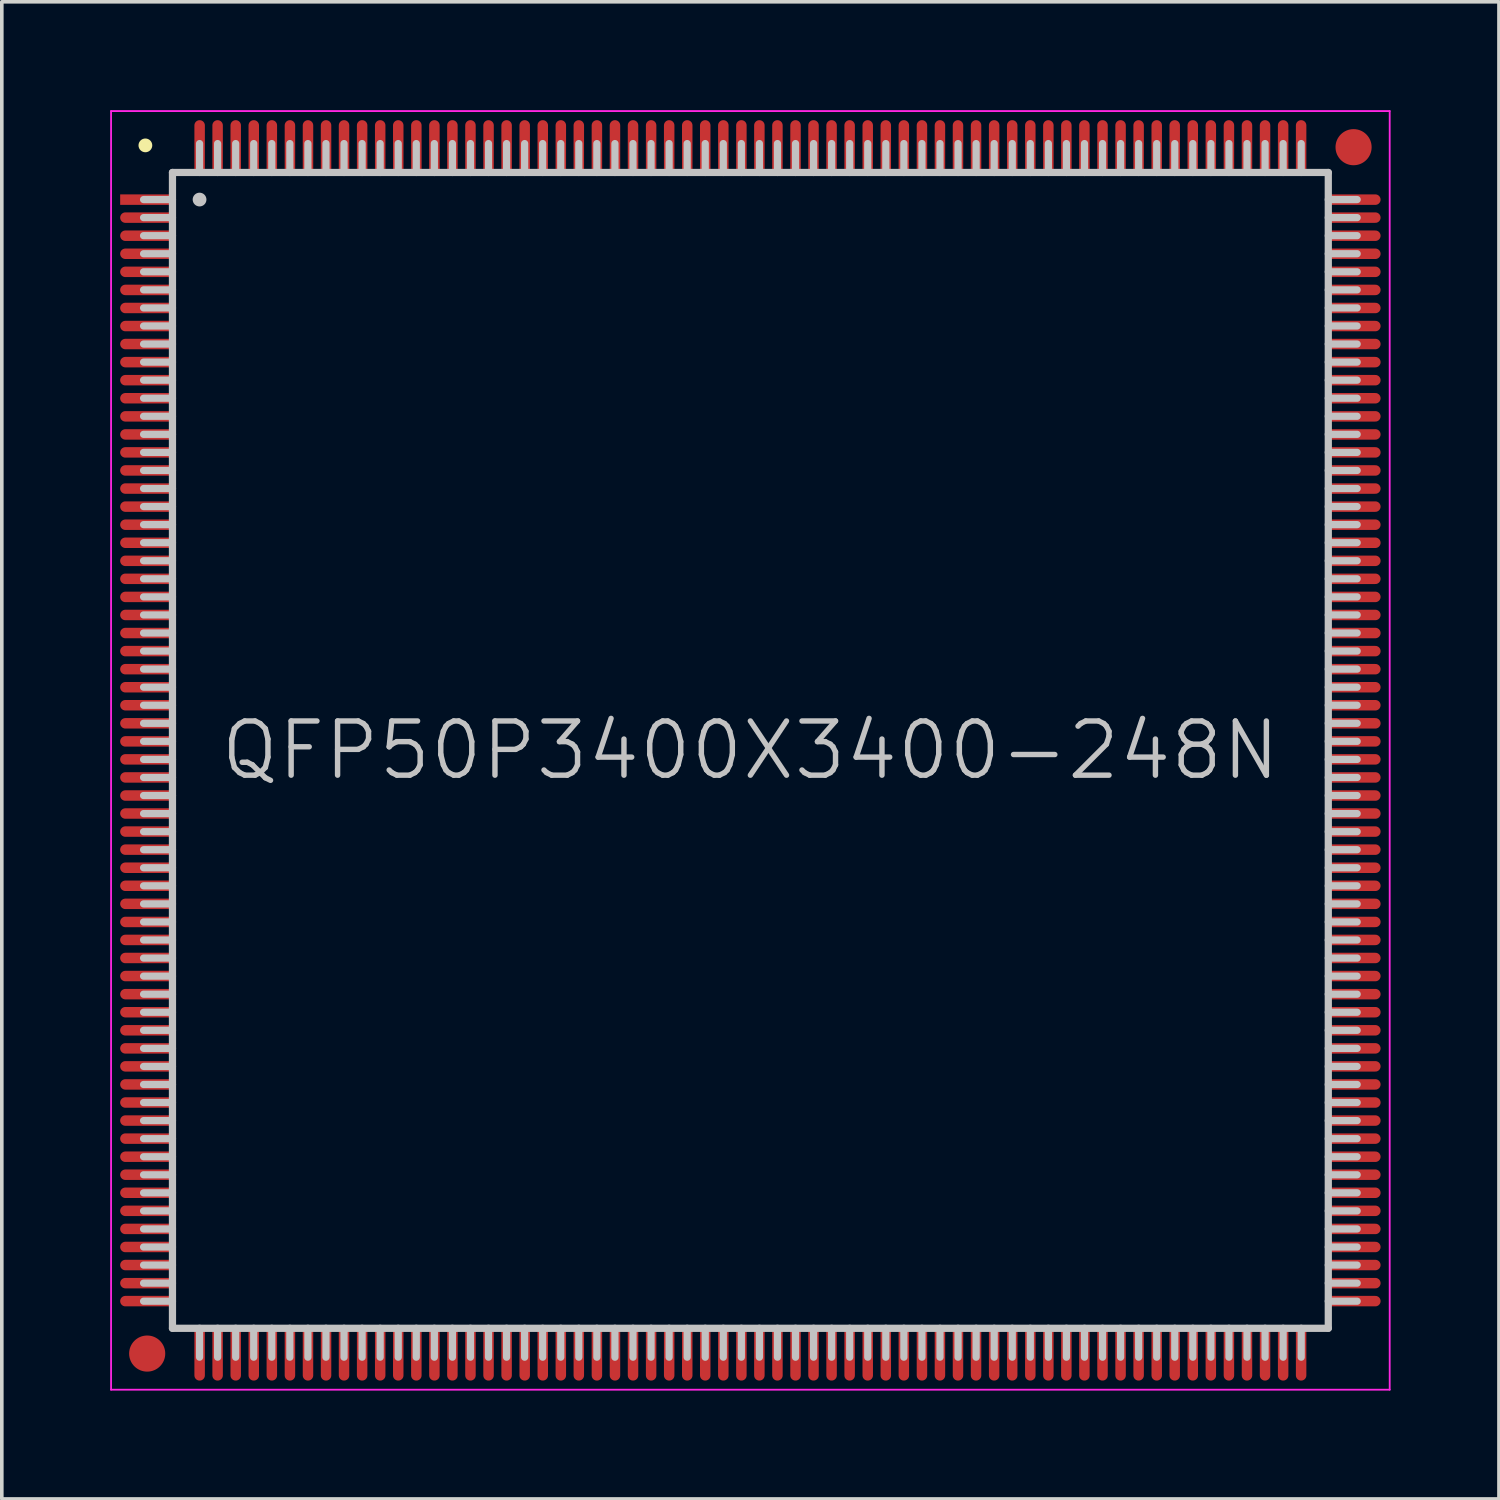
<source format=kicad_pcb>
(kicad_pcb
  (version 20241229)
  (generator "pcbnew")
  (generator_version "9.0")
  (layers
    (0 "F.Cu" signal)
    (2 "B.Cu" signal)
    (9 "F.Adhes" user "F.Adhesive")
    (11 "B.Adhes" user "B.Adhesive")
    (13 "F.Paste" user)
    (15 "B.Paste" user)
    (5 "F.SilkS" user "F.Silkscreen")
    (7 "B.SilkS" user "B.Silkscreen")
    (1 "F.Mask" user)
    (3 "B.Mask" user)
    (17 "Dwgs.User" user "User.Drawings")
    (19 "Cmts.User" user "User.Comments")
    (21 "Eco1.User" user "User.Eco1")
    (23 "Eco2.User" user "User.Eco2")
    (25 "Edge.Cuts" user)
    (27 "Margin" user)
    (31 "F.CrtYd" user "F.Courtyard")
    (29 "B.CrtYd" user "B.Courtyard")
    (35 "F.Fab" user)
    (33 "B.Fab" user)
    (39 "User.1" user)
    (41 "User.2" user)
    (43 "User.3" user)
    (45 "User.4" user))
  (footprint "QFP50P3400X3400-248N"
    (layer "F.Cu")
    (at 17.725 17.725)
    (property "Reference" "QFP50P3400X3400-248N" (at 0 0 0) (layer "Dwgs.User") (effects (font (size 1.5 1.5) (thickness 0.15))))
    (attr smd)
    (fp_line (start -16.75 -16.75) (end -16.75 -16.75) (stroke (width 0.381) (type solid)) (layer "F.SilkS"))
    (fp_line (start -16 -16) (end -16 16) (stroke (width 0.2) (type solid)) (layer "Dwgs.User"))
    (fp_line (start -16 -16) (end 16 -16) (stroke (width 0.2) (type solid)) (layer "Dwgs.User"))
    (fp_line (start -16 -15.25) (end -16.8 -15.25) (stroke (width 0.2) (type solid)) (layer "Dwgs.User"))
    (fp_line (start -16 -14.75) (end -16.8 -14.75) (stroke (width 0.2) (type solid)) (layer "Dwgs.User"))
    (fp_line (start -16 -14.25) (end -16.8 -14.25) (stroke (width 0.2) (type solid)) (layer "Dwgs.User"))
    (fp_line (start -16 -13.75) (end -16.8 -13.75) (stroke (width 0.2) (type solid)) (layer "Dwgs.User"))
    (fp_line (start -16 -13.25) (end -16.8 -13.25) (stroke (width 0.2) (type solid)) (layer "Dwgs.User"))
    (fp_line (start -16 -12.75) (end -16.8 -12.75) (stroke (width 0.2) (type solid)) (layer "Dwgs.User"))
    (fp_line (start -16 -12.25) (end -16.8 -12.25) (stroke (width 0.2) (type solid)) (layer "Dwgs.User"))
    (fp_line (start -16 -11.75) (end -16.8 -11.75) (stroke (width 0.2) (type solid)) (layer "Dwgs.User"))
    (fp_line (start -16 -11.25) (end -16.8 -11.25) (stroke (width 0.2) (type solid)) (layer "Dwgs.User"))
    (fp_line (start -16 -10.75) (end -16.8 -10.75) (stroke (width 0.2) (type solid)) (layer "Dwgs.User"))
    (fp_line (start -16 -10.25) (end -16.8 -10.25) (stroke (width 0.2) (type solid)) (layer "Dwgs.User"))
    (fp_line (start -16 -9.75) (end -16.8 -9.75) (stroke (width 0.2) (type solid)) (layer "Dwgs.User"))
    (fp_line (start -16 -9.25) (end -16.8 -9.25) (stroke (width 0.2) (type solid)) (layer "Dwgs.User"))
    (fp_line (start -16 -8.75) (end -16.8 -8.75) (stroke (width 0.2) (type solid)) (layer "Dwgs.User"))
    (fp_line (start -16 -8.25) (end -16.8 -8.25) (stroke (width 0.2) (type solid)) (layer "Dwgs.User"))
    (fp_line (start -16 -7.75) (end -16.8 -7.75) (stroke (width 0.2) (type solid)) (layer "Dwgs.User"))
    (fp_line (start -16 -7.25) (end -16.8 -7.25) (stroke (width 0.2) (type solid)) (layer "Dwgs.User"))
    (fp_line (start -16 -6.75) (end -16.8 -6.75) (stroke (width 0.2) (type solid)) (layer "Dwgs.User"))
    (fp_line (start -16 -6.25) (end -16.8 -6.25) (stroke (width 0.2) (type solid)) (layer "Dwgs.User"))
    (fp_line (start -16 -5.75) (end -16.8 -5.75) (stroke (width 0.2) (type solid)) (layer "Dwgs.User"))
    (fp_line (start -16 -5.25) (end -16.8 -5.25) (stroke (width 0.2) (type solid)) (layer "Dwgs.User"))
    (fp_line (start -16 -4.75) (end -16.8 -4.75) (stroke (width 0.2) (type solid)) (layer "Dwgs.User"))
    (fp_line (start -16 -4.25) (end -16.8 -4.25) (stroke (width 0.2) (type solid)) (layer "Dwgs.User"))
    (fp_line (start -16 -3.75) (end -16.8 -3.75) (stroke (width 0.2) (type solid)) (layer "Dwgs.User"))
    (fp_line (start -16 -3.25) (end -16.8 -3.25) (stroke (width 0.2) (type solid)) (layer "Dwgs.User"))
    (fp_line (start -16 -2.75) (end -16.8 -2.75) (stroke (width 0.2) (type solid)) (layer "Dwgs.User"))
    (fp_line (start -16 -2.25) (end -16.8 -2.25) (stroke (width 0.2) (type solid)) (layer "Dwgs.User"))
    (fp_line (start -16 -1.75) (end -16.8 -1.75) (stroke (width 0.2) (type solid)) (layer "Dwgs.User"))
    (fp_line (start -16 -1.25) (end -16.8 -1.25) (stroke (width 0.2) (type solid)) (layer "Dwgs.User"))
    (fp_line (start -16 -0.75) (end -16.8 -0.75) (stroke (width 0.2) (type solid)) (layer "Dwgs.User"))
    (fp_line (start -16 -0.25) (end -16.8 -0.25) (stroke (width 0.2) (type solid)) (layer "Dwgs.User"))
    (fp_line (start -16 0.25) (end -16.8 0.25) (stroke (width 0.2) (type solid)) (layer "Dwgs.User"))
    (fp_line (start -16 0.75) (end -16.8 0.75) (stroke (width 0.2) (type solid)) (layer "Dwgs.User"))
    (fp_line (start -16 1.25) (end -16.8 1.25) (stroke (width 0.2) (type solid)) (layer "Dwgs.User"))
    (fp_line (start -16 1.75) (end -16.8 1.75) (stroke (width 0.2) (type solid)) (layer "Dwgs.User"))
    (fp_line (start -16 2.25) (end -16.8 2.25) (stroke (width 0.2) (type solid)) (layer "Dwgs.User"))
    (fp_line (start -16 2.75) (end -16.8 2.75) (stroke (width 0.2) (type solid)) (layer "Dwgs.User"))
    (fp_line (start -16 3.25) (end -16.8 3.25) (stroke (width 0.2) (type solid)) (layer "Dwgs.User"))
    (fp_line (start -16 3.75) (end -16.8 3.75) (stroke (width 0.2) (type solid)) (layer "Dwgs.User"))
    (fp_line (start -16 4.25) (end -16.8 4.25) (stroke (width 0.2) (type solid)) (layer "Dwgs.User"))
    (fp_line (start -16 4.75) (end -16.8 4.75) (stroke (width 0.2) (type solid)) (layer "Dwgs.User"))
    (fp_line (start -16 5.25) (end -16.8 5.25) (stroke (width 0.2) (type solid)) (layer "Dwgs.User"))
    (fp_line (start -16 5.75) (end -16.8 5.75) (stroke (width 0.2) (type solid)) (layer "Dwgs.User"))
    (fp_line (start -16 6.25) (end -16.8 6.25) (stroke (width 0.2) (type solid)) (layer "Dwgs.User"))
    (fp_line (start -16 6.75) (end -16.8 6.75) (stroke (width 0.2) (type solid)) (layer "Dwgs.User"))
    (fp_line (start -16 7.25) (end -16.8 7.25) (stroke (width 0.2) (type solid)) (layer "Dwgs.User"))
    (fp_line (start -16 7.75) (end -16.8 7.75) (stroke (width 0.2) (type solid)) (layer "Dwgs.User"))
    (fp_line (start -16 8.25) (end -16.8 8.25) (stroke (width 0.2) (type solid)) (layer "Dwgs.User"))
    (fp_line (start -16 8.75) (end -16.8 8.75) (stroke (width 0.2) (type solid)) (layer "Dwgs.User"))
    (fp_line (start -16 9.25) (end -16.8 9.25) (stroke (width 0.2) (type solid)) (layer "Dwgs.User"))
    (fp_line (start -16 9.75) (end -16.8 9.75) (stroke (width 0.2) (type solid)) (layer "Dwgs.User"))
    (fp_line (start -16 10.25) (end -16.8 10.25) (stroke (width 0.2) (type solid)) (layer "Dwgs.User"))
    (fp_line (start -16 10.75) (end -16.8 10.75) (stroke (width 0.2) (type solid)) (layer "Dwgs.User"))
    (fp_line (start -16 11.25) (end -16.8 11.25) (stroke (width 0.2) (type solid)) (layer "Dwgs.User"))
    (fp_line (start -16 11.75) (end -16.8 11.75) (stroke (width 0.2) (type solid)) (layer "Dwgs.User"))
    (fp_line (start -16 12.25) (end -16.8 12.25) (stroke (width 0.2) (type solid)) (layer "Dwgs.User"))
    (fp_line (start -16 12.75) (end -16.8 12.75) (stroke (width 0.2) (type solid)) (layer "Dwgs.User"))
    (fp_line (start -16 13.25) (end -16.8 13.25) (stroke (width 0.2) (type solid)) (layer "Dwgs.User"))
    (fp_line (start -16 13.75) (end -16.8 13.75) (stroke (width 0.2) (type solid)) (layer "Dwgs.User"))
    (fp_line (start -16 14.25) (end -16.8 14.25) (stroke (width 0.2) (type solid)) (layer "Dwgs.User"))
    (fp_line (start -16 14.75) (end -16.8 14.75) (stroke (width 0.2) (type solid)) (layer "Dwgs.User"))
    (fp_line (start -16 15.25) (end -16.8 15.25) (stroke (width 0.2) (type solid)) (layer "Dwgs.User"))
    (fp_line (start -16 16) (end 16 16) (stroke (width 0.2) (type solid)) (layer "Dwgs.User"))
    (fp_line (start -15.25 -16) (end -15.25 -16.8) (stroke (width 0.2) (type solid)) (layer "Dwgs.User"))
    (fp_line (start -15.25 -15.25) (end -15.25 -15.25) (stroke (width 0.381) (type solid)) (layer "Dwgs.User"))
    (fp_line (start -15.25 16.8) (end -15.25 16) (stroke (width 0.2) (type solid)) (layer "Dwgs.User"))
    (fp_line (start -14.75 -16) (end -14.75 -16.8) (stroke (width 0.2) (type solid)) (layer "Dwgs.User"))
    (fp_line (start -14.75 16.8) (end -14.75 16) (stroke (width 0.2) (type solid)) (layer "Dwgs.User"))
    (fp_line (start -14.25 -16) (end -14.25 -16.8) (stroke (width 0.2) (type solid)) (layer "Dwgs.User"))
    (fp_line (start -14.25 16.8) (end -14.25 16) (stroke (width 0.2) (type solid)) (layer "Dwgs.User"))
    (fp_line (start -13.75 -16) (end -13.75 -16.8) (stroke (width 0.2) (type solid)) (layer "Dwgs.User"))
    (fp_line (start -13.75 16.8) (end -13.75 16) (stroke (width 0.2) (type solid)) (layer "Dwgs.User"))
    (fp_line (start -13.25 -16) (end -13.25 -16.8) (stroke (width 0.2) (type solid)) (layer "Dwgs.User"))
    (fp_line (start -13.25 16.8) (end -13.25 16) (stroke (width 0.2) (type solid)) (layer "Dwgs.User"))
    (fp_line (start -12.75 -16) (end -12.75 -16.8) (stroke (width 0.2) (type solid)) (layer "Dwgs.User"))
    (fp_line (start -12.75 16.8) (end -12.75 16) (stroke (width 0.2) (type solid)) (layer "Dwgs.User"))
    (fp_line (start -12.25 -16) (end -12.25 -16.8) (stroke (width 0.2) (type solid)) (layer "Dwgs.User"))
    (fp_line (start -12.25 16.8) (end -12.25 16) (stroke (width 0.2) (type solid)) (layer "Dwgs.User"))
    (fp_line (start -11.75 -16) (end -11.75 -16.8) (stroke (width 0.2) (type solid)) (layer "Dwgs.User"))
    (fp_line (start -11.75 16.8) (end -11.75 16) (stroke (width 0.2) (type solid)) (layer "Dwgs.User"))
    (fp_line (start -11.25 -16) (end -11.25 -16.8) (stroke (width 0.2) (type solid)) (layer "Dwgs.User"))
    (fp_line (start -11.25 16.8) (end -11.25 16) (stroke (width 0.2) (type solid)) (layer "Dwgs.User"))
    (fp_line (start -10.75 -16) (end -10.75 -16.8) (stroke (width 0.2) (type solid)) (layer "Dwgs.User"))
    (fp_line (start -10.75 16.8) (end -10.75 16) (stroke (width 0.2) (type solid)) (layer "Dwgs.User"))
    (fp_line (start -10.25 -16) (end -10.25 -16.8) (stroke (width 0.2) (type solid)) (layer "Dwgs.User"))
    (fp_line (start -10.25 16.8) (end -10.25 16) (stroke (width 0.2) (type solid)) (layer "Dwgs.User"))
    (fp_line (start -9.75 -16) (end -9.75 -16.8) (stroke (width 0.2) (type solid)) (layer "Dwgs.User"))
    (fp_line (start -9.75 16.8) (end -9.75 16) (stroke (width 0.2) (type solid)) (layer "Dwgs.User"))
    (fp_line (start -9.25 -16) (end -9.25 -16.8) (stroke (width 0.2) (type solid)) (layer "Dwgs.User"))
    (fp_line (start -9.25 16.8) (end -9.25 16) (stroke (width 0.2) (type solid)) (layer "Dwgs.User"))
    (fp_line (start -8.75 -16) (end -8.75 -16.8) (stroke (width 0.2) (type solid)) (layer "Dwgs.User"))
    (fp_line (start -8.75 16.8) (end -8.75 16) (stroke (width 0.2) (type solid)) (layer "Dwgs.User"))
    (fp_line (start -8.25 -16) (end -8.25 -16.8) (stroke (width 0.2) (type solid)) (layer "Dwgs.User"))
    (fp_line (start -8.25 16.8) (end -8.25 16) (stroke (width 0.2) (type solid)) (layer "Dwgs.User"))
    (fp_line (start -7.75 -16) (end -7.75 -16.8) (stroke (width 0.2) (type solid)) (layer "Dwgs.User"))
    (fp_line (start -7.75 16.8) (end -7.75 16) (stroke (width 0.2) (type solid)) (layer "Dwgs.User"))
    (fp_line (start -7.25 -16) (end -7.25 -16.8) (stroke (width 0.2) (type solid)) (layer "Dwgs.User"))
    (fp_line (start -7.25 16.8) (end -7.25 16) (stroke (width 0.2) (type solid)) (layer "Dwgs.User"))
    (fp_line (start -6.75 -16) (end -6.75 -16.8) (stroke (width 0.2) (type solid)) (layer "Dwgs.User"))
    (fp_line (start -6.75 16.8) (end -6.75 16) (stroke (width 0.2) (type solid)) (layer "Dwgs.User"))
    (fp_line (start -6.25 -16) (end -6.25 -16.8) (stroke (width 0.2) (type solid)) (layer "Dwgs.User"))
    (fp_line (start -6.25 16.8) (end -6.25 16) (stroke (width 0.2) (type solid)) (layer "Dwgs.User"))
    (fp_line (start -5.75 -16) (end -5.75 -16.8) (stroke (width 0.2) (type solid)) (layer "Dwgs.User"))
    (fp_line (start -5.75 16.8) (end -5.75 16) (stroke (width 0.2) (type solid)) (layer "Dwgs.User"))
    (fp_line (start -5.25 -16) (end -5.25 -16.8) (stroke (width 0.2) (type solid)) (layer "Dwgs.User"))
    (fp_line (start -5.25 16.8) (end -5.25 16) (stroke (width 0.2) (type solid)) (layer "Dwgs.User"))
    (fp_line (start -4.75 -16) (end -4.75 -16.8) (stroke (width 0.2) (type solid)) (layer "Dwgs.User"))
    (fp_line (start -4.75 16.8) (end -4.75 16) (stroke (width 0.2) (type solid)) (layer "Dwgs.User"))
    (fp_line (start -4.25 -16) (end -4.25 -16.8) (stroke (width 0.2) (type solid)) (layer "Dwgs.User"))
    (fp_line (start -4.25 16.8) (end -4.25 16) (stroke (width 0.2) (type solid)) (layer "Dwgs.User"))
    (fp_line (start -3.75 -16) (end -3.75 -16.8) (stroke (width 0.2) (type solid)) (layer "Dwgs.User"))
    (fp_line (start -3.75 16.8) (end -3.75 16) (stroke (width 0.2) (type solid)) (layer "Dwgs.User"))
    (fp_line (start -3.25 -16) (end -3.25 -16.8) (stroke (width 0.2) (type solid)) (layer "Dwgs.User"))
    (fp_line (start -3.25 16.8) (end -3.25 16) (stroke (width 0.2) (type solid)) (layer "Dwgs.User"))
    (fp_line (start -2.75 -16) (end -2.75 -16.8) (stroke (width 0.2) (type solid)) (layer "Dwgs.User"))
    (fp_line (start -2.75 16.8) (end -2.75 16) (stroke (width 0.2) (type solid)) (layer "Dwgs.User"))
    (fp_line (start -2.25 -16) (end -2.25 -16.8) (stroke (width 0.2) (type solid)) (layer "Dwgs.User"))
    (fp_line (start -2.25 16.8) (end -2.25 16) (stroke (width 0.2) (type solid)) (layer "Dwgs.User"))
    (fp_line (start -1.75 -16) (end -1.75 -16.8) (stroke (width 0.2) (type solid)) (layer "Dwgs.User"))
    (fp_line (start -1.75 16.8) (end -1.75 16) (stroke (width 0.2) (type solid)) (layer "Dwgs.User"))
    (fp_line (start -1.25 -16) (end -1.25 -16.8) (stroke (width 0.2) (type solid)) (layer "Dwgs.User"))
    (fp_line (start -1.25 16.8) (end -1.25 16) (stroke (width 0.2) (type solid)) (layer "Dwgs.User"))
    (fp_line (start -0.75 -16) (end -0.75 -16.8) (stroke (width 0.2) (type solid)) (layer "Dwgs.User"))
    (fp_line (start -0.75 16.8) (end -0.75 16) (stroke (width 0.2) (type solid)) (layer "Dwgs.User"))
    (fp_line (start -0.25 -16) (end -0.25 -16.8) (stroke (width 0.2) (type solid)) (layer "Dwgs.User"))
    (fp_line (start -0.25 16.8) (end -0.25 16) (stroke (width 0.2) (type solid)) (layer "Dwgs.User"))
    (fp_line (start 0.25 -16) (end 0.25 -16.8) (stroke (width 0.2) (type solid)) (layer "Dwgs.User"))
    (fp_line (start 0.25 16.8) (end 0.25 16) (stroke (width 0.2) (type solid)) (layer "Dwgs.User"))
    (fp_line (start 0.75 -16) (end 0.75 -16.8) (stroke (width 0.2) (type solid)) (layer "Dwgs.User"))
    (fp_line (start 0.75 16.8) (end 0.75 16) (stroke (width 0.2) (type solid)) (layer "Dwgs.User"))
    (fp_line (start 1.25 -16) (end 1.25 -16.8) (stroke (width 0.2) (type solid)) (layer "Dwgs.User"))
    (fp_line (start 1.25 16.8) (end 1.25 16) (stroke (width 0.2) (type solid)) (layer "Dwgs.User"))
    (fp_line (start 1.75 -16) (end 1.75 -16.8) (stroke (width 0.2) (type solid)) (layer "Dwgs.User"))
    (fp_line (start 1.75 16.8) (end 1.75 16) (stroke (width 0.2) (type solid)) (layer "Dwgs.User"))
    (fp_line (start 2.25 -16) (end 2.25 -16.8) (stroke (width 0.2) (type solid)) (layer "Dwgs.User"))
    (fp_line (start 2.25 16.8) (end 2.25 16) (stroke (width 0.2) (type solid)) (layer "Dwgs.User"))
    (fp_line (start 2.75 -16) (end 2.75 -16.8) (stroke (width 0.2) (type solid)) (layer "Dwgs.User"))
    (fp_line (start 2.75 16.8) (end 2.75 16) (stroke (width 0.2) (type solid)) (layer "Dwgs.User"))
    (fp_line (start 3.25 -16) (end 3.25 -16.8) (stroke (width 0.2) (type solid)) (layer "Dwgs.User"))
    (fp_line (start 3.25 16.8) (end 3.25 16) (stroke (width 0.2) (type solid)) (layer "Dwgs.User"))
    (fp_line (start 3.75 -16) (end 3.75 -16.8) (stroke (width 0.2) (type solid)) (layer "Dwgs.User"))
    (fp_line (start 3.75 16.8) (end 3.75 16) (stroke (width 0.2) (type solid)) (layer "Dwgs.User"))
    (fp_line (start 4.25 -16) (end 4.25 -16.8) (stroke (width 0.2) (type solid)) (layer "Dwgs.User"))
    (fp_line (start 4.25 16.8) (end 4.25 16) (stroke (width 0.2) (type solid)) (layer "Dwgs.User"))
    (fp_line (start 4.75 -16) (end 4.75 -16.8) (stroke (width 0.2) (type solid)) (layer "Dwgs.User"))
    (fp_line (start 4.75 16.8) (end 4.75 16) (stroke (width 0.2) (type solid)) (layer "Dwgs.User"))
    (fp_line (start 5.25 -16) (end 5.25 -16.8) (stroke (width 0.2) (type solid)) (layer "Dwgs.User"))
    (fp_line (start 5.25 16.8) (end 5.25 16) (stroke (width 0.2) (type solid)) (layer "Dwgs.User"))
    (fp_line (start 5.75 -16) (end 5.75 -16.8) (stroke (width 0.2) (type solid)) (layer "Dwgs.User"))
    (fp_line (start 5.75 16.8) (end 5.75 16) (stroke (width 0.2) (type solid)) (layer "Dwgs.User"))
    (fp_line (start 6.25 -16) (end 6.25 -16.8) (stroke (width 0.2) (type solid)) (layer "Dwgs.User"))
    (fp_line (start 6.25 16.8) (end 6.25 16) (stroke (width 0.2) (type solid)) (layer "Dwgs.User"))
    (fp_line (start 6.75 -16) (end 6.75 -16.8) (stroke (width 0.2) (type solid)) (layer "Dwgs.User"))
    (fp_line (start 6.75 16.8) (end 6.75 16) (stroke (width 0.2) (type solid)) (layer "Dwgs.User"))
    (fp_line (start 7.25 -16) (end 7.25 -16.8) (stroke (width 0.2) (type solid)) (layer "Dwgs.User"))
    (fp_line (start 7.25 16.8) (end 7.25 16) (stroke (width 0.2) (type solid)) (layer "Dwgs.User"))
    (fp_line (start 7.75 -16) (end 7.75 -16.8) (stroke (width 0.2) (type solid)) (layer "Dwgs.User"))
    (fp_line (start 7.75 16.8) (end 7.75 16) (stroke (width 0.2) (type solid)) (layer "Dwgs.User"))
    (fp_line (start 8.25 -16) (end 8.25 -16.8) (stroke (width 0.2) (type solid)) (layer "Dwgs.User"))
    (fp_line (start 8.25 16.8) (end 8.25 16) (stroke (width 0.2) (type solid)) (layer "Dwgs.User"))
    (fp_line (start 8.75 -16) (end 8.75 -16.8) (stroke (width 0.2) (type solid)) (layer "Dwgs.User"))
    (fp_line (start 8.75 16.8) (end 8.75 16) (stroke (width 0.2) (type solid)) (layer "Dwgs.User"))
    (fp_line (start 9.25 -16) (end 9.25 -16.8) (stroke (width 0.2) (type solid)) (layer "Dwgs.User"))
    (fp_line (start 9.25 16.8) (end 9.25 16) (stroke (width 0.2) (type solid)) (layer "Dwgs.User"))
    (fp_line (start 9.75 -16) (end 9.75 -16.8) (stroke (width 0.2) (type solid)) (layer "Dwgs.User"))
    (fp_line (start 9.75 16.8) (end 9.75 16) (stroke (width 0.2) (type solid)) (layer "Dwgs.User"))
    (fp_line (start 10.25 -16) (end 10.25 -16.8) (stroke (width 0.2) (type solid)) (layer "Dwgs.User"))
    (fp_line (start 10.25 16.8) (end 10.25 16) (stroke (width 0.2) (type solid)) (layer "Dwgs.User"))
    (fp_line (start 10.75 -16) (end 10.75 -16.8) (stroke (width 0.2) (type solid)) (layer "Dwgs.User"))
    (fp_line (start 10.75 16.8) (end 10.75 16) (stroke (width 0.2) (type solid)) (layer "Dwgs.User"))
    (fp_line (start 11.25 -16) (end 11.25 -16.8) (stroke (width 0.2) (type solid)) (layer "Dwgs.User"))
    (fp_line (start 11.25 16.8) (end 11.25 16) (stroke (width 0.2) (type solid)) (layer "Dwgs.User"))
    (fp_line (start 11.75 -16) (end 11.75 -16.8) (stroke (width 0.2) (type solid)) (layer "Dwgs.User"))
    (fp_line (start 11.75 16.8) (end 11.75 16) (stroke (width 0.2) (type solid)) (layer "Dwgs.User"))
    (fp_line (start 12.25 -16) (end 12.25 -16.8) (stroke (width 0.2) (type solid)) (layer "Dwgs.User"))
    (fp_line (start 12.25 16.8) (end 12.25 16) (stroke (width 0.2) (type solid)) (layer "Dwgs.User"))
    (fp_line (start 12.75 -16) (end 12.75 -16.8) (stroke (width 0.2) (type solid)) (layer "Dwgs.User"))
    (fp_line (start 12.75 16.8) (end 12.75 16) (stroke (width 0.2) (type solid)) (layer "Dwgs.User"))
    (fp_line (start 13.25 -16) (end 13.25 -16.8) (stroke (width 0.2) (type solid)) (layer "Dwgs.User"))
    (fp_line (start 13.25 16.8) (end 13.25 16) (stroke (width 0.2) (type solid)) (layer "Dwgs.User"))
    (fp_line (start 13.75 -16) (end 13.75 -16.8) (stroke (width 0.2) (type solid)) (layer "Dwgs.User"))
    (fp_line (start 13.75 16.8) (end 13.75 16) (stroke (width 0.2) (type solid)) (layer "Dwgs.User"))
    (fp_line (start 14.25 -16) (end 14.25 -16.8) (stroke (width 0.2) (type solid)) (layer "Dwgs.User"))
    (fp_line (start 14.25 16.8) (end 14.25 16) (stroke (width 0.2) (type solid)) (layer "Dwgs.User"))
    (fp_line (start 14.75 -16) (end 14.75 -16.8) (stroke (width 0.2) (type solid)) (layer "Dwgs.User"))
    (fp_line (start 14.75 16.8) (end 14.75 16) (stroke (width 0.2) (type solid)) (layer "Dwgs.User"))
    (fp_line (start 15.25 -16) (end 15.25 -16.8) (stroke (width 0.2) (type solid)) (layer "Dwgs.User"))
    (fp_line (start 15.25 16.8) (end 15.25 16) (stroke (width 0.2) (type solid)) (layer "Dwgs.User"))
    (fp_line (start 16 -16) (end 16 16) (stroke (width 0.2) (type solid)) (layer "Dwgs.User"))
    (fp_line (start 16.8 -15.25) (end 16 -15.25) (stroke (width 0.2) (type solid)) (layer "Dwgs.User"))
    (fp_line (start 16.8 -14.75) (end 16 -14.75) (stroke (width 0.2) (type solid)) (layer "Dwgs.User"))
    (fp_line (start 16.8 -14.25) (end 16 -14.25) (stroke (width 0.2) (type solid)) (layer "Dwgs.User"))
    (fp_line (start 16.8 -13.75) (end 16 -13.75) (stroke (width 0.2) (type solid)) (layer "Dwgs.User"))
    (fp_line (start 16.8 -13.25) (end 16 -13.25) (stroke (width 0.2) (type solid)) (layer "Dwgs.User"))
    (fp_line (start 16.8 -12.75) (end 16 -12.75) (stroke (width 0.2) (type solid)) (layer "Dwgs.User"))
    (fp_line (start 16.8 -12.25) (end 16 -12.25) (stroke (width 0.2) (type solid)) (layer "Dwgs.User"))
    (fp_line (start 16.8 -11.75) (end 16 -11.75) (stroke (width 0.2) (type solid)) (layer "Dwgs.User"))
    (fp_line (start 16.8 -11.25) (end 16 -11.25) (stroke (width 0.2) (type solid)) (layer "Dwgs.User"))
    (fp_line (start 16.8 -10.75) (end 16 -10.75) (stroke (width 0.2) (type solid)) (layer "Dwgs.User"))
    (fp_line (start 16.8 -10.25) (end 16 -10.25) (stroke (width 0.2) (type solid)) (layer "Dwgs.User"))
    (fp_line (start 16.8 -9.75) (end 16 -9.75) (stroke (width 0.2) (type solid)) (layer "Dwgs.User"))
    (fp_line (start 16.8 -9.25) (end 16 -9.25) (stroke (width 0.2) (type solid)) (layer "Dwgs.User"))
    (fp_line (start 16.8 -8.75) (end 16 -8.75) (stroke (width 0.2) (type solid)) (layer "Dwgs.User"))
    (fp_line (start 16.8 -8.25) (end 16 -8.25) (stroke (width 0.2) (type solid)) (layer "Dwgs.User"))
    (fp_line (start 16.8 -7.75) (end 16 -7.75) (stroke (width 0.2) (type solid)) (layer "Dwgs.User"))
    (fp_line (start 16.8 -7.25) (end 16 -7.25) (stroke (width 0.2) (type solid)) (layer "Dwgs.User"))
    (fp_line (start 16.8 -6.75) (end 16 -6.75) (stroke (width 0.2) (type solid)) (layer "Dwgs.User"))
    (fp_line (start 16.8 -6.25) (end 16 -6.25) (stroke (width 0.2) (type solid)) (layer "Dwgs.User"))
    (fp_line (start 16.8 -5.75) (end 16 -5.75) (stroke (width 0.2) (type solid)) (layer "Dwgs.User"))
    (fp_line (start 16.8 -5.25) (end 16 -5.25) (stroke (width 0.2) (type solid)) (layer "Dwgs.User"))
    (fp_line (start 16.8 -4.75) (end 16 -4.75) (stroke (width 0.2) (type solid)) (layer "Dwgs.User"))
    (fp_line (start 16.8 -4.25) (end 16 -4.25) (stroke (width 0.2) (type solid)) (layer "Dwgs.User"))
    (fp_line (start 16.8 -3.75) (end 16 -3.75) (stroke (width 0.2) (type solid)) (layer "Dwgs.User"))
    (fp_line (start 16.8 -3.25) (end 16 -3.25) (stroke (width 0.2) (type solid)) (layer "Dwgs.User"))
    (fp_line (start 16.8 -2.75) (end 16 -2.75) (stroke (width 0.2) (type solid)) (layer "Dwgs.User"))
    (fp_line (start 16.8 -2.25) (end 16 -2.25) (stroke (width 0.2) (type solid)) (layer "Dwgs.User"))
    (fp_line (start 16.8 -1.75) (end 16 -1.75) (stroke (width 0.2) (type solid)) (layer "Dwgs.User"))
    (fp_line (start 16.8 -1.25) (end 16 -1.25) (stroke (width 0.2) (type solid)) (layer "Dwgs.User"))
    (fp_line (start 16.8 -0.75) (end 16 -0.75) (stroke (width 0.2) (type solid)) (layer "Dwgs.User"))
    (fp_line (start 16.8 -0.25) (end 16 -0.25) (stroke (width 0.2) (type solid)) (layer "Dwgs.User"))
    (fp_line (start 16.8 0.25) (end 16 0.25) (stroke (width 0.2) (type solid)) (layer "Dwgs.User"))
    (fp_line (start 16.8 0.75) (end 16 0.75) (stroke (width 0.2) (type solid)) (layer "Dwgs.User"))
    (fp_line (start 16.8 1.25) (end 16 1.25) (stroke (width 0.2) (type solid)) (layer "Dwgs.User"))
    (fp_line (start 16.8 1.75) (end 16 1.75) (stroke (width 0.2) (type solid)) (layer "Dwgs.User"))
    (fp_line (start 16.8 2.25) (end 16 2.25) (stroke (width 0.2) (type solid)) (layer "Dwgs.User"))
    (fp_line (start 16.8 2.75) (end 16 2.75) (stroke (width 0.2) (type solid)) (layer "Dwgs.User"))
    (fp_line (start 16.8 3.25) (end 16 3.25) (stroke (width 0.2) (type solid)) (layer "Dwgs.User"))
    (fp_line (start 16.8 3.75) (end 16 3.75) (stroke (width 0.2) (type solid)) (layer "Dwgs.User"))
    (fp_line (start 16.8 4.25) (end 16 4.25) (stroke (width 0.2) (type solid)) (layer "Dwgs.User"))
    (fp_line (start 16.8 4.75) (end 16 4.75) (stroke (width 0.2) (type solid)) (layer "Dwgs.User"))
    (fp_line (start 16.8 5.25) (end 16 5.25) (stroke (width 0.2) (type solid)) (layer "Dwgs.User"))
    (fp_line (start 16.8 5.75) (end 16 5.75) (stroke (width 0.2) (type solid)) (layer "Dwgs.User"))
    (fp_line (start 16.8 6.25) (end 16 6.25) (stroke (width 0.2) (type solid)) (layer "Dwgs.User"))
    (fp_line (start 16.8 6.75) (end 16 6.75) (stroke (width 0.2) (type solid)) (layer "Dwgs.User"))
    (fp_line (start 16.8 7.25) (end 16 7.25) (stroke (width 0.2) (type solid)) (layer "Dwgs.User"))
    (fp_line (start 16.8 7.75) (end 16 7.75) (stroke (width 0.2) (type solid)) (layer "Dwgs.User"))
    (fp_line (start 16.8 8.25) (end 16 8.25) (stroke (width 0.2) (type solid)) (layer "Dwgs.User"))
    (fp_line (start 16.8 8.75) (end 16 8.75) (stroke (width 0.2) (type solid)) (layer "Dwgs.User"))
    (fp_line (start 16.8 9.25) (end 16 9.25) (stroke (width 0.2) (type solid)) (layer "Dwgs.User"))
    (fp_line (start 16.8 9.75) (end 16 9.75) (stroke (width 0.2) (type solid)) (layer "Dwgs.User"))
    (fp_line (start 16.8 10.25) (end 16 10.25) (stroke (width 0.2) (type solid)) (layer "Dwgs.User"))
    (fp_line (start 16.8 10.75) (end 16 10.75) (stroke (width 0.2) (type solid)) (layer "Dwgs.User"))
    (fp_line (start 16.8 11.25) (end 16 11.25) (stroke (width 0.2) (type solid)) (layer "Dwgs.User"))
    (fp_line (start 16.8 11.75) (end 16 11.75) (stroke (width 0.2) (type solid)) (layer "Dwgs.User"))
    (fp_line (start 16.8 12.25) (end 16 12.25) (stroke (width 0.2) (type solid)) (layer "Dwgs.User"))
    (fp_line (start 16.8 12.75) (end 16 12.75) (stroke (width 0.2) (type solid)) (layer "Dwgs.User"))
    (fp_line (start 16.8 13.25) (end 16 13.25) (stroke (width 0.2) (type solid)) (layer "Dwgs.User"))
    (fp_line (start 16.8 13.75) (end 16 13.75) (stroke (width 0.2) (type solid)) (layer "Dwgs.User"))
    (fp_line (start 16.8 14.25) (end 16 14.25) (stroke (width 0.2) (type solid)) (layer "Dwgs.User"))
    (fp_line (start 16.8 14.75) (end 16 14.75) (stroke (width 0.2) (type solid)) (layer "Dwgs.User"))
    (fp_line (start 16.8 15.25) (end 16 15.25) (stroke (width 0.2) (type solid)) (layer "Dwgs.User"))
    (fp_line (start -17.7 -17.7) (end -17.7 17.7) (stroke (width 0.05) (type solid)) (layer "F.CrtYd"))
    (fp_line (start -17.7 -17.7) (end 17.7 -17.7) (stroke (width 0.05) (type solid)) (layer "F.CrtYd"))
    (fp_line (start -17.7 17.7) (end 17.7 17.7) (stroke (width 0.05) (type solid)) (layer "F.CrtYd"))
    (fp_line (start 17.7 -17.7) (end 17.7 17.7) (stroke (width 0.05) (type solid)) (layer "F.CrtYd"))
    (pad "" smd circle (at -16.7 16.7) (size 1 1) (layers "F.Cu" "F.Mask"))
    (pad "" smd circle (at 16.7 -16.7) (size 1 1) (layers "F.Cu" "F.Mask"))
    (pad "1" smd rect (at -16.698 -15.248 90) (size 0.29 1.5) (layers "F.Cu" "F.Mask" "F.Paste"))
    (pad "2" smd oval (at -16.698 -14.75 90) (size 0.29 1.5) (layers "F.Cu" "F.Mask" "F.Paste"))
    (pad "3" smd oval (at -16.698 -14.249 90) (size 0.29 1.5) (layers "F.Cu" "F.Mask" "F.Paste"))
    (pad "4" smd oval (at -16.698 -13.749 90) (size 0.29 1.5) (layers "F.Cu" "F.Mask" "F.Paste"))
    (pad "5" smd oval (at -16.698 -13.249 90) (size 0.29 1.5) (layers "F.Cu" "F.Mask" "F.Paste"))
    (pad "6" smd oval (at -16.698 -12.748 90) (size 0.29 1.5) (layers "F.Cu" "F.Mask" "F.Paste"))
    (pad "7" smd oval (at -16.698 -12.248 90) (size 0.29 1.5) (layers "F.Cu" "F.Mask" "F.Paste"))
    (pad "8" smd oval (at -16.698 -11.748 90) (size 0.29 1.5) (layers "F.Cu" "F.Mask" "F.Paste"))
    (pad "9" smd oval (at -16.698 -11.25 90) (size 0.29 1.5) (layers "F.Cu" "F.Mask" "F.Paste"))
    (pad "10" smd oval (at -16.698 -10.749 90) (size 0.29 1.5) (layers "F.Cu" "F.Mask" "F.Paste"))
    (pad "11" smd oval (at -16.698 -10.249 90) (size 0.29 1.5) (layers "F.Cu" "F.Mask" "F.Paste"))
    (pad "12" smd oval (at -16.698 -9.749 90) (size 0.29 1.5) (layers "F.Cu" "F.Mask" "F.Paste"))
    (pad "13" smd oval (at -16.698 -9.248 90) (size 0.29 1.5) (layers "F.Cu" "F.Mask" "F.Paste"))
    (pad "14" smd oval (at -16.698 -8.748 90) (size 0.29 1.5) (layers "F.Cu" "F.Mask" "F.Paste"))
    (pad "15" smd oval (at -16.698 -8.25 90) (size 0.29 1.5) (layers "F.Cu" "F.Mask" "F.Paste"))
    (pad "16" smd oval (at -16.698 -7.75 90) (size 0.29 1.5) (layers "F.Cu" "F.Mask" "F.Paste"))
    (pad "17" smd oval (at -16.698 -7.249 90) (size 0.29 1.5) (layers "F.Cu" "F.Mask" "F.Paste"))
    (pad "18" smd oval (at -16.698 -6.749 90) (size 0.29 1.5) (layers "F.Cu" "F.Mask" "F.Paste"))
    (pad "19" smd oval (at -16.698 -6.248 90) (size 0.29 1.5) (layers "F.Cu" "F.Mask" "F.Paste"))
    (pad "20" smd oval (at -16.698 -5.748 90) (size 0.29 1.5) (layers "F.Cu" "F.Mask" "F.Paste"))
    (pad "21" smd oval (at -16.698 -5.248 90) (size 0.29 1.5) (layers "F.Cu" "F.Mask" "F.Paste"))
    (pad "22" smd oval (at -16.698 -4.75 90) (size 0.29 1.5) (layers "F.Cu" "F.Mask" "F.Paste"))
    (pad "23" smd oval (at -16.698 -4.249 90) (size 0.29 1.5) (layers "F.Cu" "F.Mask" "F.Paste"))
    (pad "24" smd oval (at -16.698 -3.749 90) (size 0.29 1.5) (layers "F.Cu" "F.Mask" "F.Paste"))
    (pad "25" smd oval (at -16.698 -3.249 90) (size 0.29 1.5) (layers "F.Cu" "F.Mask" "F.Paste"))
    (pad "26" smd oval (at -16.698 -2.748 90) (size 0.29 1.5) (layers "F.Cu" "F.Mask" "F.Paste"))
    (pad "27" smd oval (at -16.698 -2.248 90) (size 0.29 1.5) (layers "F.Cu" "F.Mask" "F.Paste"))
    (pad "28" smd oval (at -16.698 -1.748 90) (size 0.29 1.5) (layers "F.Cu" "F.Mask" "F.Paste"))
    (pad "29" smd oval (at -16.698 -1.25 90) (size 0.29 1.5) (layers "F.Cu" "F.Mask" "F.Paste"))
    (pad "30" smd oval (at -16.698 -0.749 90) (size 0.29 1.5) (layers "F.Cu" "F.Mask" "F.Paste"))
    (pad "31" smd oval (at -16.698 -0.249 90) (size 0.29 1.5) (layers "F.Cu" "F.Mask" "F.Paste"))
    (pad "32" smd oval (at -16.698 0.249 90) (size 0.29 1.5) (layers "F.Cu" "F.Mask" "F.Paste"))
    (pad "33" smd oval (at -16.698 0.749 90) (size 0.29 1.5) (layers "F.Cu" "F.Mask" "F.Paste"))
    (pad "34" smd oval (at -16.698 1.25 90) (size 0.29 1.5) (layers "F.Cu" "F.Mask" "F.Paste"))
    (pad "35" smd oval (at -16.698 1.748 90) (size 0.29 1.5) (layers "F.Cu" "F.Mask" "F.Paste"))
    (pad "36" smd oval (at -16.698 2.248 90) (size 0.29 1.5) (layers "F.Cu" "F.Mask" "F.Paste"))
    (pad "37" smd oval (at -16.698 2.748 90) (size 0.29 1.5) (layers "F.Cu" "F.Mask" "F.Paste"))
    (pad "38" smd oval (at -16.698 3.249 90) (size 0.29 1.5) (layers "F.Cu" "F.Mask" "F.Paste"))
    (pad "39" smd oval (at -16.698 3.749 90) (size 0.29 1.5) (layers "F.Cu" "F.Mask" "F.Paste"))
    (pad "40" smd oval (at -16.698 4.249 90) (size 0.29 1.5) (layers "F.Cu" "F.Mask" "F.Paste"))
    (pad "41" smd oval (at -16.698 4.75 90) (size 0.29 1.5) (layers "F.Cu" "F.Mask" "F.Paste"))
    (pad "42" smd oval (at -16.698 5.248 90) (size 0.29 1.5) (layers "F.Cu" "F.Mask" "F.Paste"))
    (pad "43" smd oval (at -16.698 5.748 90) (size 0.29 1.5) (layers "F.Cu" "F.Mask" "F.Paste"))
    (pad "44" smd oval (at -16.698 6.248 90) (size 0.29 1.5) (layers "F.Cu" "F.Mask" "F.Paste"))
    (pad "45" smd oval (at -16.698 6.749 90) (size 0.29 1.5) (layers "F.Cu" "F.Mask" "F.Paste"))
    (pad "46" smd oval (at -16.698 7.249 90) (size 0.29 1.5) (layers "F.Cu" "F.Mask" "F.Paste"))
    (pad "47" smd oval (at -16.698 7.75 90) (size 0.29 1.5) (layers "F.Cu" "F.Mask" "F.Paste"))
    (pad "48" smd oval (at -16.698 8.25 90) (size 0.29 1.5) (layers "F.Cu" "F.Mask" "F.Paste"))
    (pad "49" smd oval (at -16.698 8.748 90) (size 0.29 1.5) (layers "F.Cu" "F.Mask" "F.Paste"))
    (pad "50" smd oval (at -16.698 9.248 90) (size 0.29 1.5) (layers "F.Cu" "F.Mask" "F.Paste"))
    (pad "51" smd oval (at -16.698 9.749 90) (size 0.29 1.5) (layers "F.Cu" "F.Mask" "F.Paste"))
    (pad "52" smd oval (at -16.698 10.249 90) (size 0.29 1.5) (layers "F.Cu" "F.Mask" "F.Paste"))
    (pad "53" smd oval (at -16.698 10.749 90) (size 0.29 1.5) (layers "F.Cu" "F.Mask" "F.Paste"))
    (pad "54" smd oval (at -16.698 11.25 90) (size 0.29 1.5) (layers "F.Cu" "F.Mask" "F.Paste"))
    (pad "55" smd oval (at -16.698 11.748 90) (size 0.29 1.5) (layers "F.Cu" "F.Mask" "F.Paste"))
    (pad "56" smd oval (at -16.698 12.248 90) (size 0.29 1.5) (layers "F.Cu" "F.Mask" "F.Paste"))
    (pad "57" smd oval (at -16.698 12.748 90) (size 0.29 1.5) (layers "F.Cu" "F.Mask" "F.Paste"))
    (pad "58" smd oval (at -16.698 13.249 90) (size 0.29 1.5) (layers "F.Cu" "F.Mask" "F.Paste"))
    (pad "59" smd oval (at -16.698 13.749 90) (size 0.29 1.5) (layers "F.Cu" "F.Mask" "F.Paste"))
    (pad "60" smd oval (at -16.698 14.249 90) (size 0.29 1.5) (layers "F.Cu" "F.Mask" "F.Paste"))
    (pad "61" smd oval (at -16.698 14.75 90) (size 0.29 1.5) (layers "F.Cu" "F.Mask" "F.Paste"))
    (pad "62" smd oval (at -16.698 15.248 90) (size 0.29 1.5) (layers "F.Cu" "F.Mask" "F.Paste"))
    (pad "63" smd oval (at -15.248 16.698 180) (size 0.29 1.5) (layers "F.Cu" "F.Mask" "F.Paste"))
    (pad "64" smd oval (at -14.75 16.698 180) (size 0.29 1.5) (layers "F.Cu" "F.Mask" "F.Paste"))
    (pad "65" smd oval (at -14.249 16.698 180) (size 0.29 1.5) (layers "F.Cu" "F.Mask" "F.Paste"))
    (pad "66" smd oval (at -13.749 16.698 180) (size 0.29 1.5) (layers "F.Cu" "F.Mask" "F.Paste"))
    (pad "67" smd oval (at -13.249 16.698 180) (size 0.29 1.5) (layers "F.Cu" "F.Mask" "F.Paste"))
    (pad "68" smd oval (at -12.748 16.698 180) (size 0.29 1.5) (layers "F.Cu" "F.Mask" "F.Paste"))
    (pad "69" smd oval (at -12.248 16.698 180) (size 0.29 1.5) (layers "F.Cu" "F.Mask" "F.Paste"))
    (pad "70" smd oval (at -11.748 16.698 180) (size 0.29 1.5) (layers "F.Cu" "F.Mask" "F.Paste"))
    (pad "71" smd oval (at -11.25 16.698 180) (size 0.29 1.5) (layers "F.Cu" "F.Mask" "F.Paste"))
    (pad "72" smd oval (at -10.749 16.698 180) (size 0.29 1.5) (layers "F.Cu" "F.Mask" "F.Paste"))
    (pad "73" smd oval (at -10.249 16.698 180) (size 0.29 1.5) (layers "F.Cu" "F.Mask" "F.Paste"))
    (pad "74" smd oval (at -9.749 16.698 180) (size 0.29 1.5) (layers "F.Cu" "F.Mask" "F.Paste"))
    (pad "75" smd oval (at -9.248 16.698 180) (size 0.29 1.5) (layers "F.Cu" "F.Mask" "F.Paste"))
    (pad "76" smd oval (at -8.748 16.698 180) (size 0.29 1.5) (layers "F.Cu" "F.Mask" "F.Paste"))
    (pad "77" smd oval (at -8.25 16.698 180) (size 0.29 1.5) (layers "F.Cu" "F.Mask" "F.Paste"))
    (pad "78" smd oval (at -7.75 16.698 180) (size 0.29 1.5) (layers "F.Cu" "F.Mask" "F.Paste"))
    (pad "79" smd oval (at -7.249 16.698 180) (size 0.29 1.5) (layers "F.Cu" "F.Mask" "F.Paste"))
    (pad "80" smd oval (at -6.749 16.698 180) (size 0.29 1.5) (layers "F.Cu" "F.Mask" "F.Paste"))
    (pad "81" smd oval (at -6.248 16.698 180) (size 0.29 1.5) (layers "F.Cu" "F.Mask" "F.Paste"))
    (pad "82" smd oval (at -5.748 16.698 180) (size 0.29 1.5) (layers "F.Cu" "F.Mask" "F.Paste"))
    (pad "83" smd oval (at -5.248 16.698 180) (size 0.29 1.5) (layers "F.Cu" "F.Mask" "F.Paste"))
    (pad "84" smd oval (at -4.75 16.698 180) (size 0.29 1.5) (layers "F.Cu" "F.Mask" "F.Paste"))
    (pad "85" smd oval (at -4.249 16.698 180) (size 0.29 1.5) (layers "F.Cu" "F.Mask" "F.Paste"))
    (pad "86" smd oval (at -3.749 16.698 180) (size 0.29 1.5) (layers "F.Cu" "F.Mask" "F.Paste"))
    (pad "87" smd oval (at -3.249 16.698 180) (size 0.29 1.5) (layers "F.Cu" "F.Mask" "F.Paste"))
    (pad "88" smd oval (at -2.748 16.698 180) (size 0.29 1.5) (layers "F.Cu" "F.Mask" "F.Paste"))
    (pad "89" smd oval (at -2.248 16.698 180) (size 0.29 1.5) (layers "F.Cu" "F.Mask" "F.Paste"))
    (pad "90" smd oval (at -1.748 16.698 180) (size 0.29 1.5) (layers "F.Cu" "F.Mask" "F.Paste"))
    (pad "91" smd oval (at -1.25 16.698 180) (size 0.29 1.5) (layers "F.Cu" "F.Mask" "F.Paste"))
    (pad "92" smd oval (at -0.749 16.698 180) (size 0.29 1.5) (layers "F.Cu" "F.Mask" "F.Paste"))
    (pad "93" smd oval (at -0.249 16.698 180) (size 0.29 1.5) (layers "F.Cu" "F.Mask" "F.Paste"))
    (pad "94" smd oval (at 0.249 16.698 180) (size 0.29 1.5) (layers "F.Cu" "F.Mask" "F.Paste"))
    (pad "95" smd oval (at 0.749 16.698 180) (size 0.29 1.5) (layers "F.Cu" "F.Mask" "F.Paste"))
    (pad "96" smd oval (at 1.25 16.698 180) (size 0.29 1.5) (layers "F.Cu" "F.Mask" "F.Paste"))
    (pad "97" smd oval (at 1.748 16.698 180) (size 0.29 1.5) (layers "F.Cu" "F.Mask" "F.Paste"))
    (pad "98" smd oval (at 2.248 16.698 180) (size 0.29 1.5) (layers "F.Cu" "F.Mask" "F.Paste"))
    (pad "99" smd oval (at 2.748 16.698 180) (size 0.29 1.5) (layers "F.Cu" "F.Mask" "F.Paste"))
    (pad "100" smd oval (at 3.249 16.698 180) (size 0.29 1.5) (layers "F.Cu" "F.Mask" "F.Paste"))
    (pad "101" smd oval (at 3.749 16.698 180) (size 0.29 1.5) (layers "F.Cu" "F.Mask" "F.Paste"))
    (pad "102" smd oval (at 4.249 16.698 180) (size 0.29 1.5) (layers "F.Cu" "F.Mask" "F.Paste"))
    (pad "103" smd oval (at 4.75 16.698 180) (size 0.29 1.5) (layers "F.Cu" "F.Mask" "F.Paste"))
    (pad "104" smd oval (at 5.248 16.698 180) (size 0.29 1.5) (layers "F.Cu" "F.Mask" "F.Paste"))
    (pad "105" smd oval (at 5.748 16.698 180) (size 0.29 1.5) (layers "F.Cu" "F.Mask" "F.Paste"))
    (pad "106" smd oval (at 6.248 16.698 180) (size 0.29 1.5) (layers "F.Cu" "F.Mask" "F.Paste"))
    (pad "107" smd oval (at 6.749 16.698 180) (size 0.29 1.5) (layers "F.Cu" "F.Mask" "F.Paste"))
    (pad "108" smd oval (at 7.249 16.698 180) (size 0.29 1.5) (layers "F.Cu" "F.Mask" "F.Paste"))
    (pad "109" smd oval (at 7.75 16.698 180) (size 0.29 1.5) (layers "F.Cu" "F.Mask" "F.Paste"))
    (pad "110" smd oval (at 8.25 16.698 180) (size 0.29 1.5) (layers "F.Cu" "F.Mask" "F.Paste"))
    (pad "111" smd oval (at 8.748 16.698 180) (size 0.29 1.5) (layers "F.Cu" "F.Mask" "F.Paste"))
    (pad "112" smd oval (at 9.248 16.698 180) (size 0.29 1.5) (layers "F.Cu" "F.Mask" "F.Paste"))
    (pad "113" smd oval (at 9.749 16.698 180) (size 0.29 1.5) (layers "F.Cu" "F.Mask" "F.Paste"))
    (pad "114" smd oval (at 10.249 16.698 180) (size 0.29 1.5) (layers "F.Cu" "F.Mask" "F.Paste"))
    (pad "115" smd oval (at 10.749 16.698 180) (size 0.29 1.5) (layers "F.Cu" "F.Mask" "F.Paste"))
    (pad "116" smd oval (at 11.25 16.698 180) (size 0.29 1.5) (layers "F.Cu" "F.Mask" "F.Paste"))
    (pad "117" smd oval (at 11.748 16.698 180) (size 0.29 1.5) (layers "F.Cu" "F.Mask" "F.Paste"))
    (pad "118" smd oval (at 12.248 16.698 180) (size 0.29 1.5) (layers "F.Cu" "F.Mask" "F.Paste"))
    (pad "119" smd oval (at 12.748 16.698 180) (size 0.29 1.5) (layers "F.Cu" "F.Mask" "F.Paste"))
    (pad "120" smd oval (at 13.249 16.698 180) (size 0.29 1.5) (layers "F.Cu" "F.Mask" "F.Paste"))
    (pad "121" smd oval (at 13.749 16.698 180) (size 0.29 1.5) (layers "F.Cu" "F.Mask" "F.Paste"))
    (pad "122" smd oval (at 14.249 16.698 180) (size 0.29 1.5) (layers "F.Cu" "F.Mask" "F.Paste"))
    (pad "123" smd oval (at 14.75 16.698 180) (size 0.29 1.5) (layers "F.Cu" "F.Mask" "F.Paste"))
    (pad "124" smd oval (at 15.248 16.698 180) (size 0.29 1.5) (layers "F.Cu" "F.Mask" "F.Paste"))
    (pad "125" smd oval (at 16.698 15.248 270) (size 0.29 1.5) (layers "F.Cu" "F.Mask" "F.Paste"))
    (pad "126" smd oval (at 16.698 14.75 270) (size 0.29 1.5) (layers "F.Cu" "F.Mask" "F.Paste"))
    (pad "127" smd oval (at 16.698 14.249 270) (size 0.29 1.5) (layers "F.Cu" "F.Mask" "F.Paste"))
    (pad "128" smd oval (at 16.698 13.749 270) (size 0.29 1.5) (layers "F.Cu" "F.Mask" "F.Paste"))
    (pad "129" smd oval (at 16.698 13.249 270) (size 0.29 1.5) (layers "F.Cu" "F.Mask" "F.Paste"))
    (pad "130" smd oval (at 16.698 12.748 270) (size 0.29 1.5) (layers "F.Cu" "F.Mask" "F.Paste"))
    (pad "131" smd oval (at 16.698 12.248 270) (size 0.29 1.5) (layers "F.Cu" "F.Mask" "F.Paste"))
    (pad "132" smd oval (at 16.698 11.748 270) (size 0.29 1.5) (layers "F.Cu" "F.Mask" "F.Paste"))
    (pad "133" smd oval (at 16.698 11.25 270) (size 0.29 1.5) (layers "F.Cu" "F.Mask" "F.Paste"))
    (pad "134" smd oval (at 16.698 10.749 270) (size 0.29 1.5) (layers "F.Cu" "F.Mask" "F.Paste"))
    (pad "135" smd oval (at 16.698 10.249 270) (size 0.29 1.5) (layers "F.Cu" "F.Mask" "F.Paste"))
    (pad "136" smd oval (at 16.698 9.749 270) (size 0.29 1.5) (layers "F.Cu" "F.Mask" "F.Paste"))
    (pad "137" smd oval (at 16.698 9.248 270) (size 0.29 1.5) (layers "F.Cu" "F.Mask" "F.Paste"))
    (pad "138" smd oval (at 16.698 8.748 270) (size 0.29 1.5) (layers "F.Cu" "F.Mask" "F.Paste"))
    (pad "139" smd oval (at 16.698 8.25 270) (size 0.29 1.5) (layers "F.Cu" "F.Mask" "F.Paste"))
    (pad "140" smd oval (at 16.698 7.75 270) (size 0.29 1.5) (layers "F.Cu" "F.Mask" "F.Paste"))
    (pad "141" smd oval (at 16.698 7.249 270) (size 0.29 1.5) (layers "F.Cu" "F.Mask" "F.Paste"))
    (pad "142" smd oval (at 16.698 6.749 270) (size 0.29 1.5) (layers "F.Cu" "F.Mask" "F.Paste"))
    (pad "143" smd oval (at 16.698 6.248 270) (size 0.29 1.5) (layers "F.Cu" "F.Mask" "F.Paste"))
    (pad "144" smd oval (at 16.698 5.748 270) (size 0.29 1.5) (layers "F.Cu" "F.Mask" "F.Paste"))
    (pad "145" smd oval (at 16.698 5.248 270) (size 0.29 1.5) (layers "F.Cu" "F.Mask" "F.Paste"))
    (pad "146" smd oval (at 16.698 4.75 270) (size 0.29 1.5) (layers "F.Cu" "F.Mask" "F.Paste"))
    (pad "147" smd oval (at 16.698 4.249 270) (size 0.29 1.5) (layers "F.Cu" "F.Mask" "F.Paste"))
    (pad "148" smd oval (at 16.698 3.749 270) (size 0.29 1.5) (layers "F.Cu" "F.Mask" "F.Paste"))
    (pad "149" smd oval (at 16.698 3.249 270) (size 0.29 1.5) (layers "F.Cu" "F.Mask" "F.Paste"))
    (pad "150" smd oval (at 16.698 2.748 270) (size 0.29 1.5) (layers "F.Cu" "F.Mask" "F.Paste"))
    (pad "151" smd oval (at 16.698 2.248 270) (size 0.29 1.5) (layers "F.Cu" "F.Mask" "F.Paste"))
    (pad "152" smd oval (at 16.698 1.748 270) (size 0.29 1.5) (layers "F.Cu" "F.Mask" "F.Paste"))
    (pad "153" smd oval (at 16.698 1.25 270) (size 0.29 1.5) (layers "F.Cu" "F.Mask" "F.Paste"))
    (pad "154" smd oval (at 16.698 0.749 270) (size 0.29 1.5) (layers "F.Cu" "F.Mask" "F.Paste"))
    (pad "155" smd oval (at 16.698 0.249 270) (size 0.29 1.5) (layers "F.Cu" "F.Mask" "F.Paste"))
    (pad "156" smd oval (at 16.698 -0.249 270) (size 0.29 1.5) (layers "F.Cu" "F.Mask" "F.Paste"))
    (pad "157" smd oval (at 16.698 -0.749 270) (size 0.29 1.5) (layers "F.Cu" "F.Mask" "F.Paste"))
    (pad "158" smd oval (at 16.698 -1.25 270) (size 0.29 1.5) (layers "F.Cu" "F.Mask" "F.Paste"))
    (pad "159" smd oval (at 16.698 -1.748 270) (size 0.29 1.5) (layers "F.Cu" "F.Mask" "F.Paste"))
    (pad "160" smd oval (at 16.698 -2.248 270) (size 0.29 1.5) (layers "F.Cu" "F.Mask" "F.Paste"))
    (pad "161" smd oval (at 16.698 -2.748 270) (size 0.29 1.5) (layers "F.Cu" "F.Mask" "F.Paste"))
    (pad "162" smd oval (at 16.698 -3.249 270) (size 0.29 1.5) (layers "F.Cu" "F.Mask" "F.Paste"))
    (pad "163" smd oval (at 16.698 -3.749 270) (size 0.29 1.5) (layers "F.Cu" "F.Mask" "F.Paste"))
    (pad "164" smd oval (at 16.698 -4.249 270) (size 0.29 1.5) (layers "F.Cu" "F.Mask" "F.Paste"))
    (pad "165" smd oval (at 16.698 -4.75 270) (size 0.29 1.5) (layers "F.Cu" "F.Mask" "F.Paste"))
    (pad "166" smd oval (at 16.698 -5.248 270) (size 0.29 1.5) (layers "F.Cu" "F.Mask" "F.Paste"))
    (pad "167" smd oval (at 16.698 -5.748 270) (size 0.29 1.5) (layers "F.Cu" "F.Mask" "F.Paste"))
    (pad "168" smd oval (at 16.698 -6.248 270) (size 0.29 1.5) (layers "F.Cu" "F.Mask" "F.Paste"))
    (pad "169" smd oval (at 16.698 -6.749 270) (size 0.29 1.5) (layers "F.Cu" "F.Mask" "F.Paste"))
    (pad "170" smd oval (at 16.698 -7.249 270) (size 0.29 1.5) (layers "F.Cu" "F.Mask" "F.Paste"))
    (pad "171" smd oval (at 16.698 -7.75 270) (size 0.29 1.5) (layers "F.Cu" "F.Mask" "F.Paste"))
    (pad "172" smd oval (at 16.698 -8.25 270) (size 0.29 1.5) (layers "F.Cu" "F.Mask" "F.Paste"))
    (pad "173" smd oval (at 16.698 -8.748 270) (size 0.29 1.5) (layers "F.Cu" "F.Mask" "F.Paste"))
    (pad "174" smd oval (at 16.698 -9.248 270) (size 0.29 1.5) (layers "F.Cu" "F.Mask" "F.Paste"))
    (pad "175" smd oval (at 16.698 -9.749 270) (size 0.29 1.5) (layers "F.Cu" "F.Mask" "F.Paste"))
    (pad "176" smd oval (at 16.698 -10.249 270) (size 0.29 1.5) (layers "F.Cu" "F.Mask" "F.Paste"))
    (pad "177" smd oval (at 16.698 -10.749 270) (size 0.29 1.5) (layers "F.Cu" "F.Mask" "F.Paste"))
    (pad "178" smd oval (at 16.698 -11.25 270) (size 0.29 1.5) (layers "F.Cu" "F.Mask" "F.Paste"))
    (pad "179" smd oval (at 16.698 -11.748 270) (size 0.29 1.5) (layers "F.Cu" "F.Mask" "F.Paste"))
    (pad "180" smd oval (at 16.698 -12.248 270) (size 0.29 1.5) (layers "F.Cu" "F.Mask" "F.Paste"))
    (pad "181" smd oval (at 16.698 -12.748 270) (size 0.29 1.5) (layers "F.Cu" "F.Mask" "F.Paste"))
    (pad "182" smd oval (at 16.698 -13.249 270) (size 0.29 1.5) (layers "F.Cu" "F.Mask" "F.Paste"))
    (pad "183" smd oval (at 16.698 -13.749 270) (size 0.29 1.5) (layers "F.Cu" "F.Mask" "F.Paste"))
    (pad "184" smd oval (at 16.698 -14.249 270) (size 0.29 1.5) (layers "F.Cu" "F.Mask" "F.Paste"))
    (pad "185" smd oval (at 16.698 -14.75 270) (size 0.29 1.5) (layers "F.Cu" "F.Mask" "F.Paste"))
    (pad "186" smd oval (at 16.698 -15.248 270) (size 0.29 1.5) (layers "F.Cu" "F.Mask" "F.Paste"))
    (pad "187" smd oval (at 15.248 -16.698) (size 0.29 1.5) (layers "F.Cu" "F.Mask" "F.Paste"))
    (pad "188" smd oval (at 14.75 -16.698) (size 0.29 1.5) (layers "F.Cu" "F.Mask" "F.Paste"))
    (pad "189" smd oval (at 14.249 -16.698) (size 0.29 1.5) (layers "F.Cu" "F.Mask" "F.Paste"))
    (pad "190" smd oval (at 13.749 -16.698) (size 0.29 1.5) (layers "F.Cu" "F.Mask" "F.Paste"))
    (pad "191" smd oval (at 13.249 -16.698) (size 0.29 1.5) (layers "F.Cu" "F.Mask" "F.Paste"))
    (pad "192" smd oval (at 12.748 -16.698) (size 0.29 1.5) (layers "F.Cu" "F.Mask" "F.Paste"))
    (pad "193" smd oval (at 12.248 -16.698) (size 0.29 1.5) (layers "F.Cu" "F.Mask" "F.Paste"))
    (pad "194" smd oval (at 11.748 -16.698) (size 0.29 1.5) (layers "F.Cu" "F.Mask" "F.Paste"))
    (pad "195" smd oval (at 11.25 -16.698) (size 0.29 1.5) (layers "F.Cu" "F.Mask" "F.Paste"))
    (pad "196" smd oval (at 10.749 -16.698) (size 0.29 1.5) (layers "F.Cu" "F.Mask" "F.Paste"))
    (pad "197" smd oval (at 10.249 -16.698) (size 0.29 1.5) (layers "F.Cu" "F.Mask" "F.Paste"))
    (pad "198" smd oval (at 9.749 -16.698) (size 0.29 1.5) (layers "F.Cu" "F.Mask" "F.Paste"))
    (pad "199" smd oval (at 9.248 -16.698) (size 0.29 1.5) (layers "F.Cu" "F.Mask" "F.Paste"))
    (pad "200" smd oval (at 8.748 -16.698) (size 0.29 1.5) (layers "F.Cu" "F.Mask" "F.Paste"))
    (pad "201" smd oval (at 8.25 -16.698) (size 0.29 1.5) (layers "F.Cu" "F.Mask" "F.Paste"))
    (pad "202" smd oval (at 7.75 -16.698) (size 0.29 1.5) (layers "F.Cu" "F.Mask" "F.Paste"))
    (pad "203" smd oval (at 7.249 -16.698) (size 0.29 1.5) (layers "F.Cu" "F.Mask" "F.Paste"))
    (pad "204" smd oval (at 6.749 -16.698) (size 0.29 1.5) (layers "F.Cu" "F.Mask" "F.Paste"))
    (pad "205" smd oval (at 6.248 -16.698) (size 0.29 1.5) (layers "F.Cu" "F.Mask" "F.Paste"))
    (pad "206" smd oval (at 5.748 -16.698) (size 0.29 1.5) (layers "F.Cu" "F.Mask" "F.Paste"))
    (pad "207" smd oval (at 5.248 -16.698) (size 0.29 1.5) (layers "F.Cu" "F.Mask" "F.Paste"))
    (pad "208" smd oval (at 4.75 -16.698) (size 0.29 1.5) (layers "F.Cu" "F.Mask" "F.Paste"))
    (pad "209" smd oval (at 4.249 -16.698) (size 0.29 1.5) (layers "F.Cu" "F.Mask" "F.Paste"))
    (pad "210" smd oval (at 3.749 -16.698) (size 0.29 1.5) (layers "F.Cu" "F.Mask" "F.Paste"))
    (pad "211" smd oval (at 3.249 -16.698) (size 0.29 1.5) (layers "F.Cu" "F.Mask" "F.Paste"))
    (pad "212" smd oval (at 2.748 -16.698) (size 0.29 1.5) (layers "F.Cu" "F.Mask" "F.Paste"))
    (pad "213" smd oval (at 2.248 -16.698) (size 0.29 1.5) (layers "F.Cu" "F.Mask" "F.Paste"))
    (pad "214" smd oval (at 1.748 -16.698) (size 0.29 1.5) (layers "F.Cu" "F.Mask" "F.Paste"))
    (pad "215" smd oval (at 1.25 -16.698) (size 0.29 1.5) (layers "F.Cu" "F.Mask" "F.Paste"))
    (pad "216" smd oval (at 0.749 -16.698) (size 0.29 1.5) (layers "F.Cu" "F.Mask" "F.Paste"))
    (pad "217" smd oval (at 0.249 -16.698) (size 0.29 1.5) (layers "F.Cu" "F.Mask" "F.Paste"))
    (pad "218" smd oval (at -0.249 -16.698) (size 0.29 1.5) (layers "F.Cu" "F.Mask" "F.Paste"))
    (pad "219" smd oval (at -0.749 -16.698) (size 0.29 1.5) (layers "F.Cu" "F.Mask" "F.Paste"))
    (pad "220" smd oval (at -1.25 -16.698) (size 0.29 1.5) (layers "F.Cu" "F.Mask" "F.Paste"))
    (pad "221" smd oval (at -1.748 -16.698) (size 0.29 1.5) (layers "F.Cu" "F.Mask" "F.Paste"))
    (pad "222" smd oval (at -2.248 -16.698) (size 0.29 1.5) (layers "F.Cu" "F.Mask" "F.Paste"))
    (pad "223" smd oval (at -2.748 -16.698) (size 0.29 1.5) (layers "F.Cu" "F.Mask" "F.Paste"))
    (pad "224" smd oval (at -3.249 -16.698) (size 0.29 1.5) (layers "F.Cu" "F.Mask" "F.Paste"))
    (pad "225" smd oval (at -3.749 -16.698) (size 0.29 1.5) (layers "F.Cu" "F.Mask" "F.Paste"))
    (pad "226" smd oval (at -4.249 -16.698) (size 0.29 1.5) (layers "F.Cu" "F.Mask" "F.Paste"))
    (pad "227" smd oval (at -4.75 -16.698) (size 0.29 1.5) (layers "F.Cu" "F.Mask" "F.Paste"))
    (pad "228" smd oval (at -5.248 -16.698) (size 0.29 1.5) (layers "F.Cu" "F.Mask" "F.Paste"))
    (pad "229" smd oval (at -5.748 -16.698) (size 0.29 1.5) (layers "F.Cu" "F.Mask" "F.Paste"))
    (pad "230" smd oval (at -6.248 -16.698) (size 0.29 1.5) (layers "F.Cu" "F.Mask" "F.Paste"))
    (pad "231" smd oval (at -6.749 -16.698) (size 0.29 1.5) (layers "F.Cu" "F.Mask" "F.Paste"))
    (pad "232" smd oval (at -7.249 -16.698) (size 0.29 1.5) (layers "F.Cu" "F.Mask" "F.Paste"))
    (pad "233" smd oval (at -7.75 -16.698) (size 0.29 1.5) (layers "F.Cu" "F.Mask" "F.Paste"))
    (pad "234" smd oval (at -8.25 -16.698) (size 0.29 1.5) (layers "F.Cu" "F.Mask" "F.Paste"))
    (pad "235" smd oval (at -8.748 -16.698) (size 0.29 1.5) (layers "F.Cu" "F.Mask" "F.Paste"))
    (pad "236" smd oval (at -9.248 -16.698) (size 0.29 1.5) (layers "F.Cu" "F.Mask" "F.Paste"))
    (pad "237" smd oval (at -9.749 -16.698) (size 0.29 1.5) (layers "F.Cu" "F.Mask" "F.Paste"))
    (pad "238" smd oval (at -10.249 -16.698) (size 0.29 1.5) (layers "F.Cu" "F.Mask" "F.Paste"))
    (pad "239" smd oval (at -10.749 -16.698) (size 0.29 1.5) (layers "F.Cu" "F.Mask" "F.Paste"))
    (pad "240" smd oval (at -11.25 -16.698) (size 0.29 1.5) (layers "F.Cu" "F.Mask" "F.Paste"))
    (pad "241" smd oval (at -11.748 -16.698) (size 0.29 1.5) (layers "F.Cu" "F.Mask" "F.Paste"))
    (pad "242" smd oval (at -12.248 -16.698) (size 0.29 1.5) (layers "F.Cu" "F.Mask" "F.Paste"))
    (pad "243" smd oval (at -12.748 -16.698) (size 0.29 1.5) (layers "F.Cu" "F.Mask" "F.Paste"))
    (pad "244" smd oval (at -13.249 -16.698) (size 0.29 1.5) (layers "F.Cu" "F.Mask" "F.Paste"))
    (pad "245" smd oval (at -13.749 -16.698) (size 0.29 1.5) (layers "F.Cu" "F.Mask" "F.Paste"))
    (pad "246" smd oval (at -14.249 -16.698) (size 0.29 1.5) (layers "F.Cu" "F.Mask" "F.Paste"))
    (pad "247" smd oval (at -14.75 -16.698) (size 0.29 1.5) (layers "F.Cu" "F.Mask" "F.Paste"))
    (pad "248" smd oval (at -15.248 -16.698) (size 0.29 1.5) (layers "F.Cu" "F.Mask" "F.Paste")))
  (gr_rect
    (start -3 -3)
    (end 38.45 38.45)
    (stroke (width 0.1) (type default))
    (fill no)
    (layer "Edge.Cuts")))
</source>
